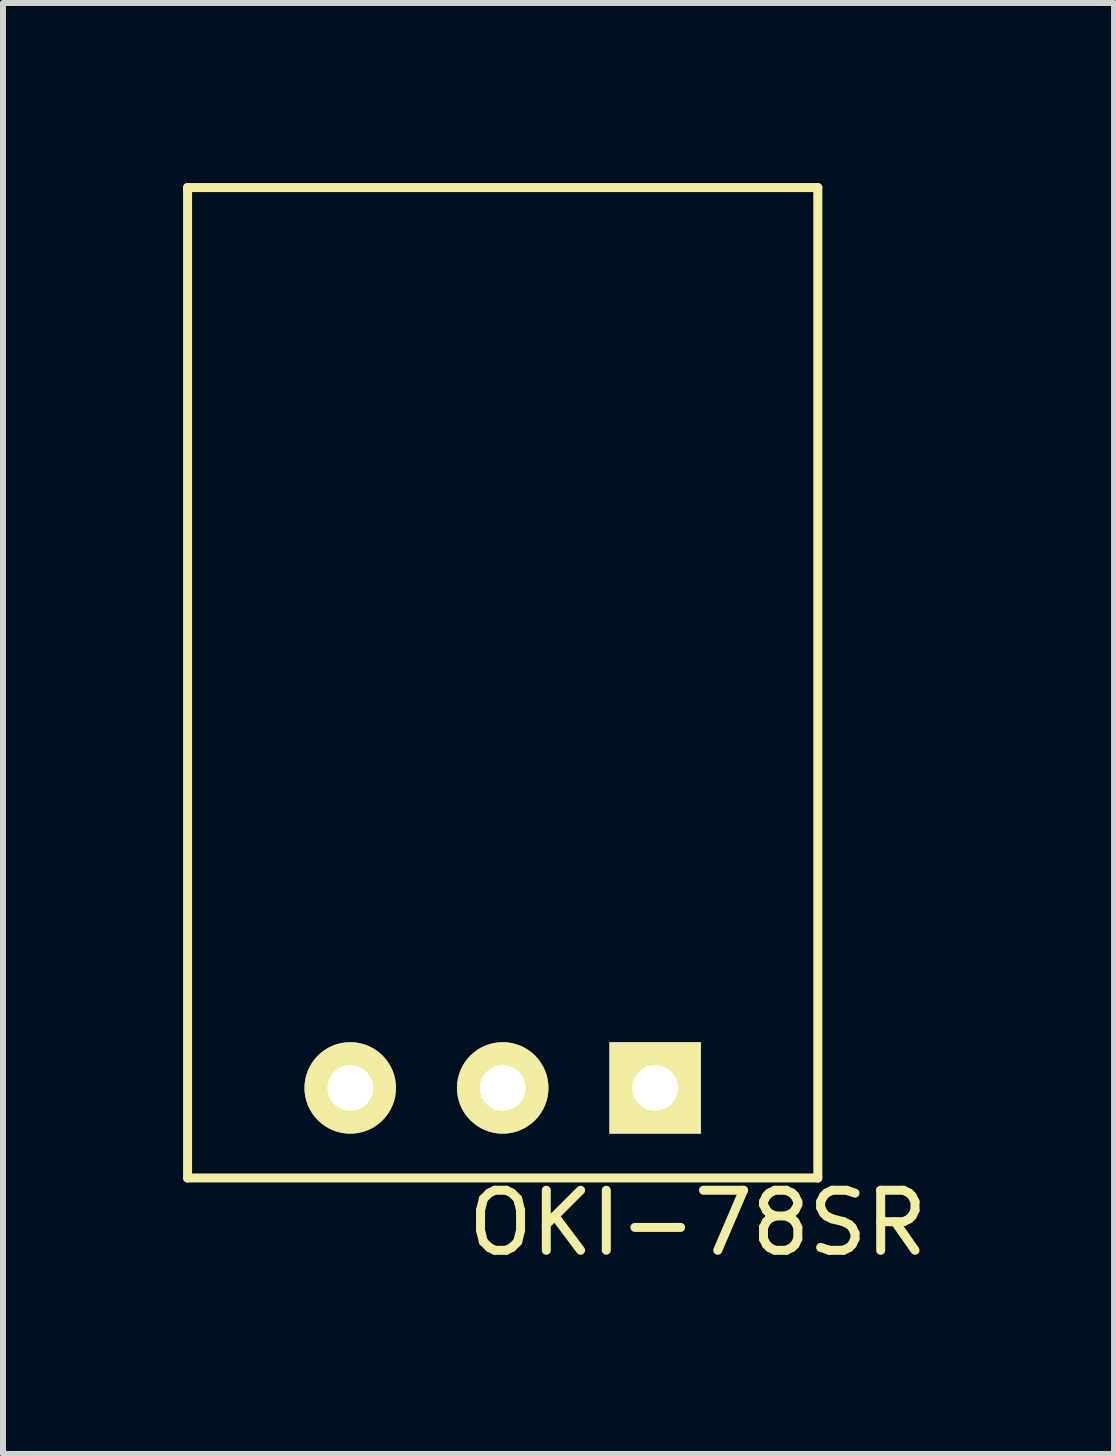
<source format=kicad_pcb>
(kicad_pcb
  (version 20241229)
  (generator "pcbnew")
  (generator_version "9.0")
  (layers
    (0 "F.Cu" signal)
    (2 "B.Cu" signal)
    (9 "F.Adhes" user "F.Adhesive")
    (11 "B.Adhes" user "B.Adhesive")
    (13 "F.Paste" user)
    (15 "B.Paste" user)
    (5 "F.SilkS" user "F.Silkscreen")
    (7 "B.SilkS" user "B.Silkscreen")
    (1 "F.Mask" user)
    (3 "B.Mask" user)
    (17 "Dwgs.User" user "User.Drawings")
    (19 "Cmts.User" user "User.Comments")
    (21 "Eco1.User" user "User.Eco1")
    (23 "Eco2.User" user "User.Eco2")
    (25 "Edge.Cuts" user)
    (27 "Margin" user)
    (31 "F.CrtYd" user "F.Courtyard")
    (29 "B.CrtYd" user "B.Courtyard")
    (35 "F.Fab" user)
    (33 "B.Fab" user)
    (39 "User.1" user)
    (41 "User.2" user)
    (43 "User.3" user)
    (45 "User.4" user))
  (footprint "OKI-78SR"
    (layer "F.Cu")
    (at 5.325 15.075)
    (property "Reference" "OKI-78SR" (at 3.25 2.25 0) (layer "F.SilkS") (effects (font (size 1 1) (thickness 0.15))))
    (attr through_hole)
    (fp_line (start -5.25 -15) (end -5.25 1.5) (stroke (width 0.15) (type solid)) (layer "F.SilkS"))
    (fp_line (start -5.25 1.5) (end 5.25 1.5) (stroke (width 0.15) (type solid)) (layer "F.SilkS"))
    (fp_line (start 5.25 -15) (end -5.25 -15) (stroke (width 0.15) (type solid)) (layer "F.SilkS"))
    (fp_line (start 5.25 1.5) (end 5.25 -15) (stroke (width 0.15) (type solid)) (layer "F.SilkS"))
    (pad "1" thru_hole rect (at 2.54 0) (size 1.524 1.524) (drill 0.762) (layers "*.Cu" "*.Mask" "F.SilkS"))
    (pad "2" thru_hole circle (at 0 0) (size 1.524 1.524) (drill 0.762) (layers "*.Cu" "*.Mask" "F.SilkS"))
    (pad "3" thru_hole circle (at -2.54 0) (size 1.524 1.524) (drill 0.762) (layers "*.Cu" "*.Mask" "F.SilkS")))
  (gr_rect
    (start -3 -3)
    (end 15.51 21.173)
    (stroke (width 0.1) (type default))
    (fill no)
    (layer "Edge.Cuts")))
</source>
